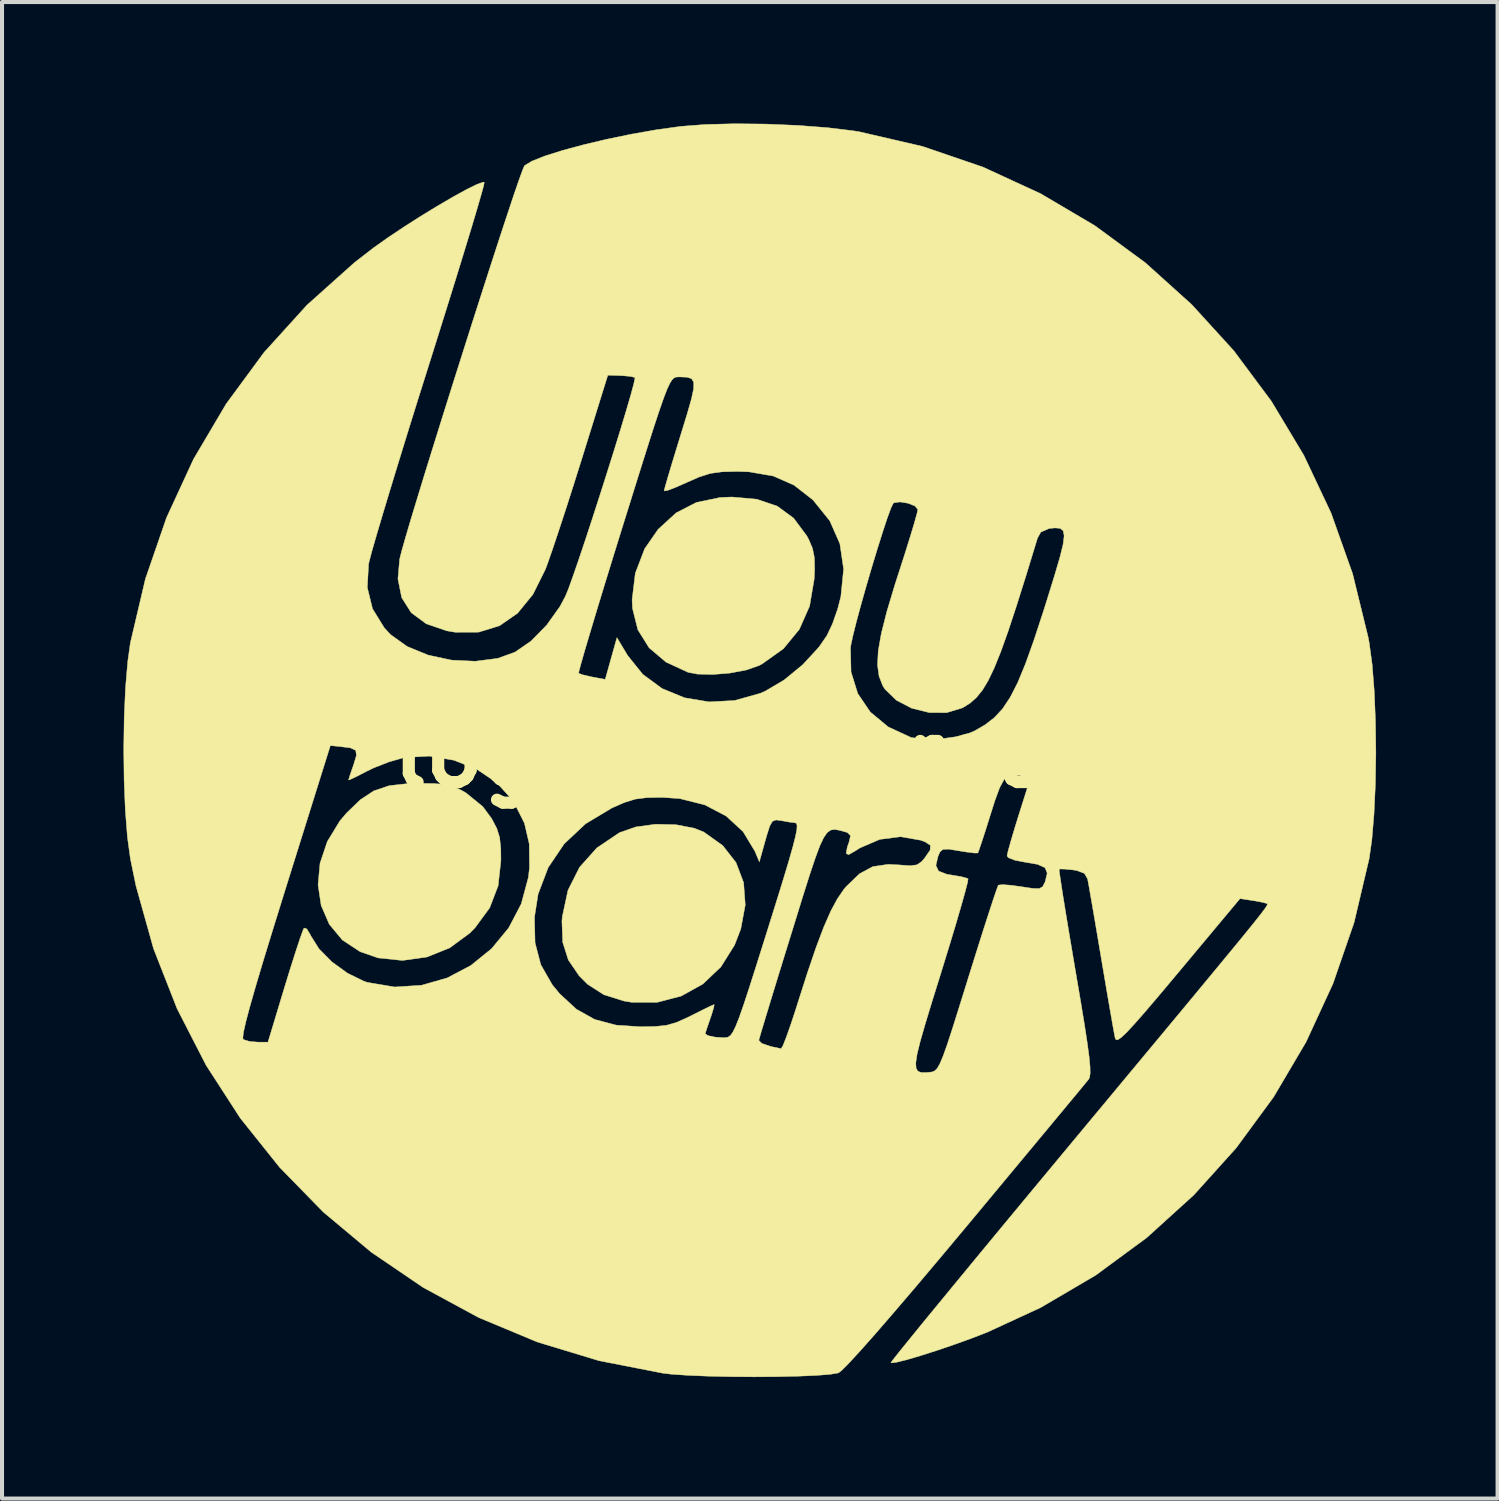
<source format=kicad_pcb>
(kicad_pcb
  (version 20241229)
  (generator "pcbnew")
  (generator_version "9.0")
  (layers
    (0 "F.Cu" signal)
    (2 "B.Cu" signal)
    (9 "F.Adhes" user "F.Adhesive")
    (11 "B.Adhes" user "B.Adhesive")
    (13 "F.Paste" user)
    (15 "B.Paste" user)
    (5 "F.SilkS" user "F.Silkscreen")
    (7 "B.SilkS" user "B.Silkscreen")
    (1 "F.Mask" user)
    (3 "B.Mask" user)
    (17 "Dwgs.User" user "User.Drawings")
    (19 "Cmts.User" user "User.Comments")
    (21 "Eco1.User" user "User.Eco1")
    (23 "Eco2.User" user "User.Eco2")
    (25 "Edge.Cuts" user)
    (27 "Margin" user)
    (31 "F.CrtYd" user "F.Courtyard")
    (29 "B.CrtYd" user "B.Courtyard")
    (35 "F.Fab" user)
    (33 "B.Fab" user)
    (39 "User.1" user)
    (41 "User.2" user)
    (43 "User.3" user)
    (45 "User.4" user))
  (footprint "logo_silkscreen"
    (layer "F.Cu")
    (at 15.461 15.569)
    (property "Reference" "logo_silkscreen" (at 0 0 0) (layer "F.SilkS") (effects (font (size 1.524 1.524) (thickness 0.3))))
    (attr through_hole)
    (fp_poly (pts (xy -1.825 1.741) (xy -1.37 1.828) (xy -1.135 1.923) (xy -0.668 2.256) (xy -0.339 2.677) (xy -0.152 3.171) (xy -0.112 3.723) (xy -0.222 4.315) (xy -0.375 4.712) (xy -0.713 5.252) (xy -1.16 5.676) (xy -1.691 5.971) (xy -2.282 6.126) (xy -2.909 6.127) (xy -3.105 6.095) (xy -3.603 5.939) (xy -4.003 5.682) (xy -4.212 5.473) (xy -4.48 5.081) (xy -4.618 4.645) (xy -4.638 4.126) (xy -4.629 4.013) (xy -4.489 3.361) (xy -4.203 2.792) (xy -3.776 2.314) (xy -3.217 1.937) (xy -2.812 1.796) (xy -2.327 1.73) (xy -1.825 1.741)) (stroke (width 0.01) (type solid)) (fill yes) (layer "F.SilkS"))
    (fp_poly (pts (xy 0.176 -6.294) (xy 0.68 -6.122) (xy 1.084 -5.825) (xy 1.405 -5.393) (xy 1.457 -5.297) (xy 1.549 -5.08) (xy 1.595 -4.851) (xy 1.601 -4.55) (xy 1.59 -4.323) (xy 1.477 -3.655) (xy 1.223 -3.081) (xy 0.831 -2.604) (xy 0.303 -2.227) (xy 0.231 -2.189) (xy -0.081 -2.079) (xy -0.483 -2.003) (xy -0.911 -1.967) (xy -1.297 -1.977) (xy -1.525 -2.021) (xy -2.071 -2.274) (xy -2.486 -2.626) (xy -2.763 -3.069) (xy -2.895 -3.595) (xy -2.906 -3.81) (xy -2.827 -4.465) (xy -2.596 -5.07) (xy -2.263 -5.551) (xy -1.818 -5.958) (xy -1.318 -6.215) (xy -0.737 -6.336) (xy -0.442 -6.349) (xy 0.176 -6.294)) (stroke (width 0.01) (type solid)) (fill yes) (layer "F.SilkS"))
    (fp_poly (pts (xy -7.787 0.726) (xy -7.518 0.749) (xy -7.31 0.803) (xy -7.11 0.897) (xy -7.008 0.955) (xy -6.591 1.295) (xy -6.373 1.59) (xy -6.246 1.832) (xy -6.176 2.056) (xy -6.147 2.33) (xy -6.144 2.625) (xy -6.213 3.25) (xy -6.421 3.793) (xy -6.78 4.282) (xy -6.914 4.419) (xy -7.407 4.782) (xy -7.972 5.009) (xy -8.574 5.093) (xy -9.177 5.03) (xy -9.62 4.877) (xy -10.06 4.587) (xy -10.382 4.199) (xy -10.582 3.737) (xy -10.659 3.227) (xy -10.61 2.692) (xy -10.431 2.158) (xy -10.122 1.65) (xy -9.962 1.46) (xy -9.616 1.125) (xy -9.281 0.905) (xy -8.906 0.779) (xy -8.442 0.726) (xy -8.17 0.72) (xy -7.787 0.726)) (stroke (width 0.01) (type solid)) (fill yes) (layer "F.SilkS"))
    (fp_poly (pts (xy 0.402 -15.556) (xy 1.185 -15.523) (xy 1.92 -15.467) (xy 2.556 -15.39) (xy 2.709 -15.365) (xy 4.267 -15.004) (xy 5.76 -14.493) (xy 7.179 -13.839) (xy 8.516 -13.05) (xy 9.762 -12.135) (xy 10.91 -11.101) (xy 11.951 -9.958) (xy 12.877 -8.714) (xy 13.68 -7.376) (xy 14.351 -5.953) (xy 14.883 -4.454) (xy 15.267 -2.886) (xy 15.292 -2.752) (xy 15.365 -2.217) (xy 15.417 -1.558) (xy 15.447 -0.816) (xy 15.457 -0.034) (xy 15.445 0.745) (xy 15.411 1.478) (xy 15.357 2.124) (xy 15.291 2.582) (xy 14.919 4.158) (xy 14.397 5.669) (xy 13.733 7.107) (xy 12.934 8.462) (xy 12.007 9.724) (xy 10.961 10.885) (xy 9.803 11.935) (xy 8.541 12.864) (xy 7.181 13.663) (xy 5.864 14.271) (xy 5.469 14.424) (xy 5.041 14.578) (xy 4.612 14.724) (xy 4.211 14.852) (xy 3.871 14.952) (xy 3.62 15.014) (xy 3.492 15.028) (xy 3.483 15.025) (xy 3.532 14.957) (xy 3.68 14.768) (xy 3.922 14.469) (xy 4.248 14.068) (xy 4.652 13.576) (xy 5.125 13.001) (xy 5.659 12.353) (xy 6.247 11.642) (xy 6.88 10.878) (xy 7.552 10.069) (xy 8.013 9.514) (xy 8.844 8.515) (xy 9.573 7.638) (xy 10.208 6.875) (xy 10.753 6.219) (xy 11.216 5.66) (xy 11.604 5.191) (xy 11.923 4.804) (xy 12.18 4.492) (xy 12.38 4.245) (xy 12.532 4.056) (xy 12.64 3.917) (xy 12.713 3.82) (xy 12.756 3.756) (xy 12.775 3.719) (xy 12.779 3.699) (xy 12.772 3.69) (xy 12.677 3.662) (xy 12.479 3.624) (xy 12.422 3.615) (xy 12.103 3.566) (xy 10.584 5.385) (xy 10.133 5.923) (xy 9.778 6.34) (xy 9.507 6.65) (xy 9.309 6.864) (xy 9.172 6.994) (xy 9.086 7.051) (xy 9.038 7.047) (xy 9.02 7.01) (xy 8.993 6.871) (xy 8.943 6.592) (xy 8.875 6.202) (xy 8.794 5.729) (xy 8.704 5.2) (xy 8.677 5.038) (xy 8.586 4.499) (xy 8.503 4.009) (xy 8.431 3.594) (xy 8.377 3.283) (xy 8.344 3.103) (xy 8.339 3.079) (xy 8.26 2.943) (xy 8.071 2.872) (xy 7.981 2.858) (xy 7.77 2.837) (xy 7.647 2.835) (xy 7.638 2.838) (xy 7.645 2.923) (xy 7.679 3.154) (xy 7.734 3.511) (xy 7.809 3.974) (xy 7.9 4.52) (xy 8.003 5.131) (xy 8.044 5.373) (xy 8.169 6.107) (xy 8.265 6.691) (xy 8.334 7.144) (xy 8.379 7.482) (xy 8.401 7.724) (xy 8.403 7.885) (xy 8.388 7.985) (xy 8.365 8.028) (xy 8.291 8.118) (xy 8.12 8.326) (xy 7.86 8.639) (xy 7.523 9.045) (xy 7.12 9.53) (xy 6.659 10.084) (xy 6.153 10.693) (xy 5.611 11.345) (xy 5.322 11.692) (xy 4.666 12.476) (xy 4.073 13.179) (xy 3.548 13.793) (xy 3.099 14.312) (xy 2.732 14.726) (xy 2.452 15.03) (xy 2.267 15.216) (xy 2.189 15.276) (xy 1.984 15.311) (xy 1.641 15.338) (xy 1.193 15.357) (xy 0.672 15.369) (xy 0.109 15.373) (xy -0.463 15.369) (xy -1.012 15.357) (xy -1.507 15.337) (xy -1.915 15.31) (xy -2.136 15.285) (xy -3.723 14.975) (xy -5.246 14.513) (xy -6.696 13.908) (xy -8.066 13.165) (xy -9.347 12.294) (xy -10.531 11.303) (xy -11.61 10.198) (xy -12.577 8.988) (xy -13.423 7.68) (xy -13.452 7.623) (xy 4.098 7.623) (xy 4.107 7.759) (xy 4.156 7.832) (xy 4.242 7.861) (xy 4.363 7.86) (xy 4.434 7.854) (xy 4.506 7.844) (xy 4.569 7.816) (xy 4.63 7.754) (xy 4.695 7.638) (xy 4.773 7.452) (xy 4.871 7.177) (xy 4.996 6.796) (xy 5.155 6.291) (xy 5.357 5.644) (xy 5.384 5.556) (xy 5.569 4.965) (xy 5.738 4.427) (xy 5.887 3.965) (xy 6.007 3.598) (xy 6.092 3.348) (xy 6.135 3.236) (xy 6.137 3.233) (xy 6.239 3.221) (xy 6.457 3.237) (xy 6.698 3.271) (xy 6.982 3.314) (xy 7.143 3.319) (xy 7.228 3.275) (xy 7.281 3.174) (xy 7.293 3.145) (xy 7.343 2.938) (xy 7.29 2.804) (xy 7.109 2.721) (xy 6.822 2.672) (xy 6.552 2.621) (xy 6.385 2.556) (xy 6.351 2.513) (xy 6.376 2.396) (xy 6.443 2.154) (xy 6.54 1.826) (xy 6.64 1.503) (xy 6.928 0.592) (xy 6.73 0.543) (xy 6.539 0.507) (xy 6.395 0.527) (xy 6.278 0.626) (xy 6.17 0.825) (xy 6.051 1.148) (xy 5.945 1.482) (xy 5.829 1.852) (xy 5.73 2.157) (xy 5.66 2.364) (xy 5.631 2.44) (xy 5.541 2.441) (xy 5.337 2.415) (xy 5.167 2.387) (xy 4.91 2.345) (xy 4.77 2.35) (xy 4.695 2.414) (xy 4.647 2.523) (xy 4.595 2.748) (xy 4.662 2.887) (xy 4.869 2.966) (xy 4.995 2.986) (xy 5.224 3.025) (xy 5.37 3.065) (xy 5.39 3.076) (xy 5.377 3.165) (xy 5.318 3.394) (xy 5.22 3.743) (xy 5.089 4.192) (xy 4.93 4.719) (xy 4.75 5.304) (xy 4.711 5.431) (xy 4.494 6.126) (xy 4.327 6.676) (xy 4.206 7.098) (xy 4.13 7.408) (xy 4.098 7.623) (xy -13.452 7.623) (xy -13.771 7.002) (xy -12.516 7.002) (xy -12.505 7.045) (xy -12.351 7.092) (xy -12.15 7.109) (xy -11.896 7.11) (xy -11.882 7.065) (xy 0.223 7.065) (xy 0.295 7.14) (xy 0.523 7.218) (xy 0.774 7.271) (xy 0.818 7.199) (xy 0.899 6.993) (xy 1.009 6.683) (xy 1.136 6.297) (xy 1.179 6.16) (xy 1.425 5.391) (xy 1.638 4.767) (xy 1.826 4.269) (xy 1.997 3.879) (xy 2.159 3.576) (xy 2.319 3.342) (xy 2.381 3.268) (xy 2.71 2.952) (xy 3.037 2.776) (xy 3.415 2.72) (xy 3.685 2.734) (xy 3.959 2.754) (xy 4.125 2.732) (xy 4.242 2.653) (xy 4.317 2.565) (xy 4.452 2.37) (xy 4.46 2.252) (xy 4.332 2.167) (xy 4.221 2.125) (xy 3.724 2.038) (xy 3.21 2.104) (xy 2.715 2.317) (xy 2.603 2.389) (xy 2.44 2.482) (xy 2.378 2.451) (xy 2.409 2.287) (xy 2.45 2.173) (xy 2.487 2.013) (xy 2.411 1.936) (xy 2.344 1.915) (xy 2.208 1.878) (xy 2.096 1.859) (xy 2 1.873) (xy 1.912 1.935) (xy 1.824 2.062) (xy 1.727 2.268) (xy 1.615 2.57) (xy 1.477 2.982) (xy 1.307 3.519) (xy 1.097 4.199) (xy 1.027 4.424) (xy 0.832 5.054) (xy 0.654 5.632) (xy 0.499 6.139) (xy 0.373 6.555) (xy 0.281 6.86) (xy 0.231 7.033) (xy 0.223 7.065) (xy -11.882 7.065) (xy -11.48 5.735) (xy -11.339 5.277) (xy -11.211 4.875) (xy -11.106 4.558) (xy -11.033 4.354) (xy -11.005 4.292) (xy -10.938 4.313) (xy -10.852 4.453) (xy -10.841 4.479) (xy -10.637 4.804) (xy -10.318 5.127) (xy -9.932 5.407) (xy -9.528 5.605) (xy -9.434 5.636) (xy -8.765 5.748) (xy -8.103 5.705) (xy -7.47 5.524) (xy -6.887 5.217) (xy -6.374 4.801) (xy -5.953 4.29) (xy -5.815 4.027) (xy -5.316 4.027) (xy -5.301 4.657) (xy -5.159 5.199) (xy -4.879 5.689) (xy -4.696 5.913) (xy -4.281 6.296) (xy -3.829 6.549) (xy -3.301 6.689) (xy -2.709 6.729) (xy -2.33 6.723) (xy -2.053 6.693) (xy -1.812 6.624) (xy -1.539 6.502) (xy -1.447 6.456) (xy -1.178 6.321) (xy -0.977 6.223) (xy -0.881 6.181) (xy -0.879 6.181) (xy -0.889 6.252) (xy -0.943 6.431) (xy -0.977 6.53) (xy -1.052 6.747) (xy -1.096 6.885) (xy -1.101 6.905) (xy -1.027 6.95) (xy -0.854 6.986) (xy -0.649 7) (xy -0.598 6.998) (xy -0.538 6.986) (xy -0.481 6.948) (xy -0.42 6.866) (xy -0.35 6.724) (xy -0.263 6.505) (xy -0.153 6.192) (xy -0.014 5.768) (xy 0.162 5.217) (xy 0.381 4.521) (xy 0.392 4.487) (xy 0.627 3.737) (xy 0.814 3.133) (xy 0.957 2.659) (xy 1.059 2.3) (xy 1.126 2.041) (xy 1.161 1.866) (xy 1.167 1.76) (xy 1.15 1.708) (xy 1.112 1.693) (xy 1.111 1.693) (xy 0.981 1.678) (xy 0.786 1.643) (xy 0.649 1.624) (xy 0.56 1.657) (xy 0.492 1.775) (xy 0.417 2.012) (xy 0.385 2.125) (xy 0.236 2.658) (xy 0.126 2.396) (xy -0.166 1.912) (xy -0.585 1.527) (xy -1.112 1.252) (xy -1.729 1.097) (xy -2.159 1.067) (xy -2.539 1.073) (xy -2.827 1.11) (xy -3.1 1.195) (xy -3.407 1.33) (xy -4.056 1.72) (xy -4.582 2.214) (xy -4.976 2.797) (xy -5.226 3.454) (xy -5.316 4.027) (xy -5.815 4.027) (xy -5.643 3.698) (xy -5.466 3.041) (xy -5.439 2.802) (xy -5.445 2.214) (xy -5.563 1.705) (xy -5.809 1.216) (xy -5.864 1.13) (xy -6.245 0.706) (xy -6.737 0.375) (xy -7.304 0.15) (xy -7.907 0.048) (xy -8.508 0.081) (xy -8.564 0.092) (xy -8.91 0.192) (xy -9.286 0.339) (xy -9.461 0.424) (xy -9.696 0.546) (xy -9.857 0.622) (xy -9.906 0.638) (xy -9.881 0.551) (xy -9.816 0.36) (xy -9.781 0.261) (xy -9.712 0.032) (xy -9.728 -0.094) (xy -9.859 -0.155) (xy -10.11 -0.187) (xy -10.355 -0.212) (xy -11.481 3.385) (xy -11.77 4.315) (xy -12.009 5.094) (xy -12.198 5.728) (xy -12.341 6.228) (xy -12.44 6.601) (xy -12.498 6.857) (xy -12.516 7.002) (xy -13.771 7.002) (xy -14.14 6.282) (xy -14.72 4.803) (xy -15.155 3.248) (xy -15.292 2.582) (xy -15.365 2.049) (xy -15.417 1.391) (xy -15.447 0.65) (xy -15.456 -0.131) (xy -15.445 -0.91) (xy -15.412 -1.644) (xy -15.382 -1.997) (xy -4.226 -1.997) (xy -4.127 -1.96) (xy -3.929 -1.914) (xy -3.88 -1.904) (xy -3.569 -1.846) (xy -3.425 -2.362) (xy -3.28 -2.877) (xy -3.016 -2.437) (xy -2.643 -1.972) (xy -2.166 -1.621) (xy -1.611 -1.392) (xy -1.005 -1.291) (xy -0.375 -1.325) (xy 0.254 -1.501) (xy 0.382 -1.556) (xy 0.847 -1.831) (xy 1.309 -2.211) (xy 1.691 -2.625) (xy 2.486 -2.625) (xy 2.5 -2.03) (xy 2.666 -1.496) (xy 2.976 -1.039) (xy 3.419 -0.672) (xy 3.979 -0.413) (xy 4.284 -0.365) (xy 4.676 -0.372) (xy 5.084 -0.429) (xy 5.439 -0.526) (xy 5.548 -0.574) (xy 5.811 -0.726) (xy 6.038 -0.902) (xy 6.241 -1.121) (xy 6.429 -1.403) (xy 6.614 -1.765) (xy 6.805 -2.228) (xy 7.013 -2.809) (xy 7.249 -3.528) (xy 7.351 -3.852) (xy 7.53 -4.431) (xy 7.658 -4.868) (xy 7.735 -5.181) (xy 7.761 -5.391) (xy 7.737 -5.515) (xy 7.664 -5.574) (xy 7.541 -5.586) (xy 7.392 -5.572) (xy 7.185 -5.481) (xy 7.103 -5.334) (xy 6.826 -4.427) (xy 6.587 -3.668) (xy 6.381 -3.043) (xy 6.2 -2.537) (xy 6.038 -2.134) (xy 5.888 -1.82) (xy 5.744 -1.581) (xy 5.598 -1.401) (xy 5.446 -1.265) (xy 5.279 -1.159) (xy 5.241 -1.139) (xy 4.858 -1.024) (xy 4.427 -1.027) (xy 3.998 -1.134) (xy 3.619 -1.331) (xy 3.336 -1.605) (xy 3.281 -1.693) (xy 3.191 -1.924) (xy 3.153 -2.203) (xy 3.171 -2.548) (xy 3.247 -2.981) (xy 3.384 -3.522) (xy 3.585 -4.191) (xy 3.673 -4.464) (xy 3.826 -4.939) (xy 3.958 -5.362) (xy 4.062 -5.707) (xy 4.128 -5.944) (xy 4.149 -6.042) (xy 4.076 -6.127) (xy 3.906 -6.195) (xy 3.711 -6.227) (xy 3.562 -6.207) (xy 3.542 -6.193) (xy 3.488 -6.082) (xy 3.398 -5.839) (xy 3.283 -5.491) (xy 3.15 -5.07) (xy 3.009 -4.605) (xy 2.869 -4.126) (xy 2.738 -3.663) (xy 2.626 -3.246) (xy 2.541 -2.905) (xy 2.492 -2.671) (xy 2.486 -2.625) (xy 1.691 -2.625) (xy 1.706 -2.641) (xy 1.907 -2.933) (xy 2.042 -3.22) (xy 2.17 -3.586) (xy 2.248 -3.889) (xy 2.316 -4.57) (xy 2.224 -5.195) (xy 1.974 -5.762) (xy 1.566 -6.269) (xy 1.552 -6.282) (xy 1.091 -6.642) (xy 0.579 -6.867) (xy -0.018 -6.97) (xy -0.296 -6.98) (xy -0.68 -6.971) (xy -0.973 -6.931) (xy -1.252 -6.842) (xy -1.545 -6.713) (xy -1.818 -6.592) (xy -2.019 -6.515) (xy -2.113 -6.498) (xy -2.115 -6.503) (xy -2.091 -6.599) (xy -2.025 -6.83) (xy -1.925 -7.165) (xy -1.799 -7.577) (xy -1.703 -7.89) (xy -1.546 -8.401) (xy -1.44 -8.772) (xy -1.386 -9.026) (xy -1.385 -9.184) (xy -1.438 -9.27) (xy -1.545 -9.306) (xy -1.708 -9.313) (xy -1.764 -9.313) (xy -1.818 -9.31) (xy -1.868 -9.291) (xy -1.919 -9.242) (xy -1.976 -9.151) (xy -2.045 -9.002) (xy -2.13 -8.781) (xy -2.236 -8.476) (xy -2.37 -8.072) (xy -2.535 -7.554) (xy -2.738 -6.91) (xy -2.983 -6.125) (xy -3.125 -5.671) (xy -3.358 -4.921) (xy -3.574 -4.22) (xy -3.767 -3.587) (xy -3.932 -3.038) (xy -4.066 -2.587) (xy -4.162 -2.253) (xy -4.216 -2.052) (xy -4.226 -1.997) (xy -15.382 -1.997) (xy -15.357 -2.29) (xy -15.292 -2.752) (xy -14.922 -4.324) (xy -14.4 -5.838) (xy -13.733 -7.284) (xy -12.927 -8.648) (xy -11.991 -9.92) (xy -10.932 -11.088) (xy -9.756 -12.14) (xy -9.293 -12.498) (xy -8.945 -12.745) (xy -8.549 -13.01) (xy -8.131 -13.277) (xy -7.715 -13.531) (xy -7.327 -13.758) (xy -6.992 -13.942) (xy -6.736 -14.068) (xy -6.583 -14.122) (xy -6.555 -14.118) (xy -6.571 -14.032) (xy -6.635 -13.799) (xy -6.741 -13.434) (xy -6.885 -12.952) (xy -7.063 -12.368) (xy -7.27 -11.696) (xy -7.502 -10.951) (xy -7.753 -10.149) (xy -7.913 -9.641) (xy -8.181 -8.792) (xy -8.435 -7.978) (xy -8.67 -7.215) (xy -8.882 -6.521) (xy -9.066 -5.911) (xy -9.216 -5.404) (xy -9.328 -5.016) (xy -9.395 -4.763) (xy -9.411 -4.693) (xy -9.443 -4.115) (xy -9.314 -3.59) (xy -9.025 -3.121) (xy -8.869 -2.952) (xy -8.458 -2.658) (xy -7.941 -2.446) (xy -7.365 -2.322) (xy -6.776 -2.294) (xy -6.221 -2.366) (xy -5.796 -2.519) (xy -5.4 -2.793) (xy -5.015 -3.185) (xy -4.686 -3.647) (xy -4.552 -3.898) (xy -4.477 -4.081) (xy -4.367 -4.387) (xy -4.227 -4.792) (xy -4.065 -5.274) (xy -3.889 -5.81) (xy -3.706 -6.377) (xy -3.523 -6.952) (xy -3.347 -7.511) (xy -3.186 -8.033) (xy -3.047 -8.495) (xy -2.937 -8.872) (xy -2.864 -9.143) (xy -2.834 -9.284) (xy -2.836 -9.299) (xy -2.937 -9.325) (xy -3.139 -9.344) (xy -3.189 -9.346) (xy -3.505 -9.356) (xy -4.154 -7.269) (xy -4.345 -6.663) (xy -4.533 -6.075) (xy -4.71 -5.536) (xy -4.864 -5.075) (xy -4.986 -4.724) (xy -5.047 -4.56) (xy -5.353 -3.945) (xy -5.731 -3.481) (xy -6.179 -3.17) (xy -6.693 -3.012) (xy -7.271 -3.01) (xy -7.481 -3.045) (xy -7.987 -3.218) (xy -8.359 -3.493) (xy -8.594 -3.865) (xy -8.687 -4.326) (xy -8.644 -4.818) (xy -8.597 -5.005) (xy -8.506 -5.327) (xy -8.377 -5.765) (xy -8.214 -6.302) (xy -8.025 -6.921) (xy -7.813 -7.604) (xy -7.585 -8.335) (xy -7.346 -9.095) (xy -7.101 -9.868) (xy -6.857 -10.636) (xy -6.618 -11.382) (xy -6.39 -12.089) (xy -6.179 -12.739) (xy -5.989 -13.315) (xy -5.828 -13.799) (xy -5.699 -14.174) (xy -5.608 -14.424) (xy -5.562 -14.53) (xy -5.561 -14.531) (xy -5.377 -14.642) (xy -5.054 -14.77) (xy -4.618 -14.907) (xy -4.1 -15.047) (xy -3.525 -15.183) (xy -2.923 -15.307) (xy -2.321 -15.413) (xy -1.747 -15.493) (xy -1.695 -15.5) (xy -1.091 -15.546) (xy -0.374 -15.564) (xy 0.402 -15.556)) (stroke (width 0.01) (type solid)) (fill yes) (layer "F.SilkS")))
  (gr_rect
    (start -3 -3)
    (end 33.923 33.947)
    (stroke (width 0.1) (type default))
    (fill no)
    (layer "Edge.Cuts")))
</source>
